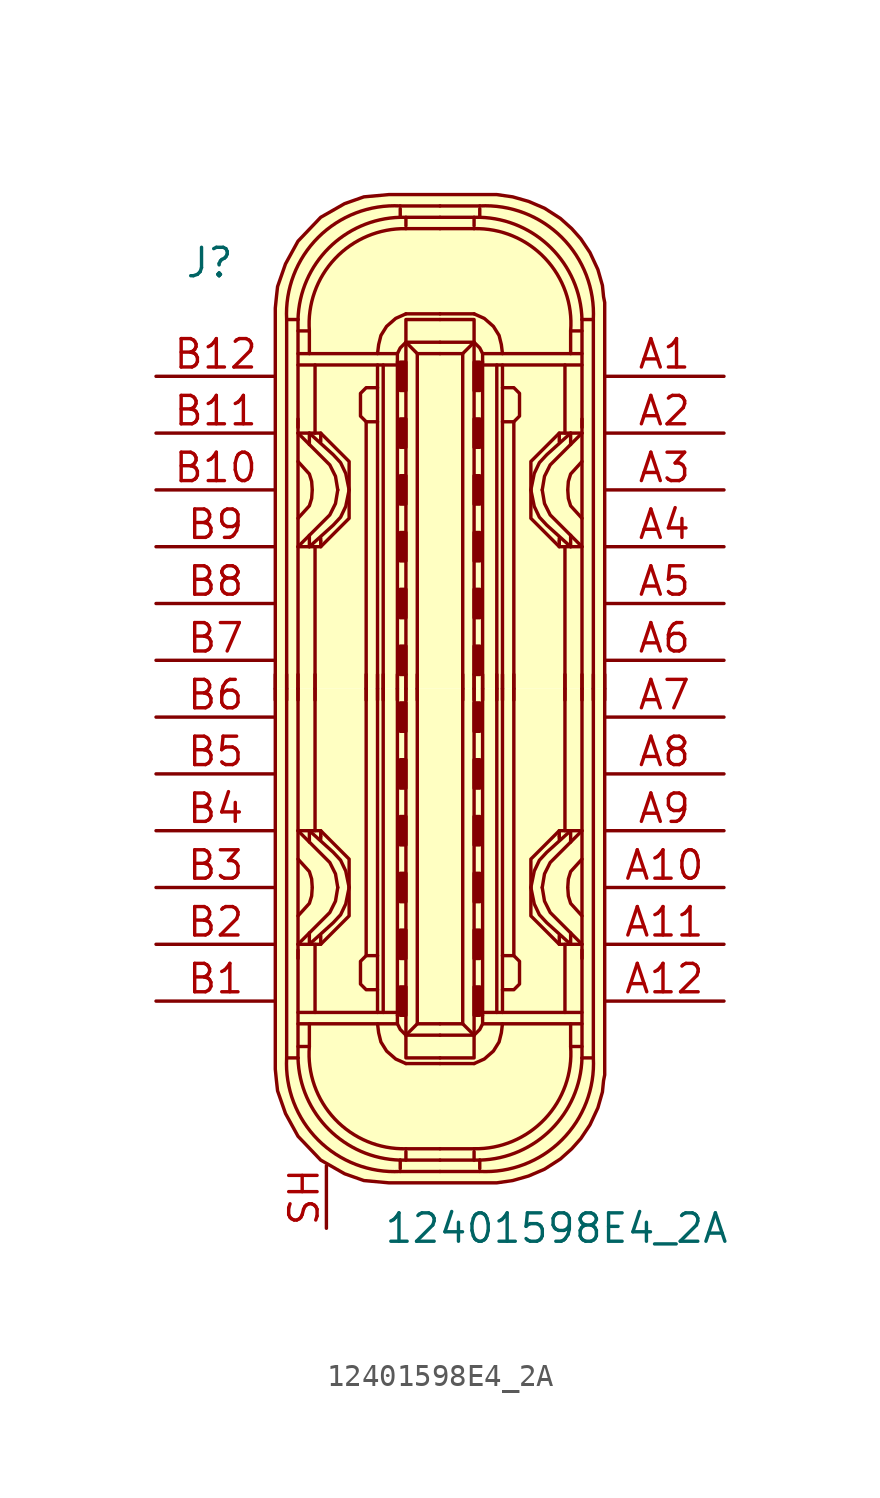
<source format=kicad_sym>
(kicad_symbol_lib
  (version 20220914)
  (generator kicad_symbol_editor)
  (symbol "12401598E4_2A"
    (pin_names
      (offset 1.016))
    (property "Reference" "J"
      (at -11.43 19.05 0)
      (effects (font (size 1.27 1.27)) (justify left)))
    (property "Value" "12401598E4_2A"
      (at -2.54 -24.13 0)
      (effects (font (size 1.27 1.27)) (justify left)))
    (symbol "12401598E4_2A_1_1"
      (arc (start -6.858 -16.51) (mid -5.4492 -20.1812) (end -1.778 -21.59) (stroke (width 0) (type default)) (fill (type none)))
      (arc (start -6.35 -16.51) (mid -4.9749 -19.7069) (end -1.778 -21.082) (stroke (width 0) (type default)) (fill (type none)))
      (arc (start -5.842 -16.002) (mid -4.6972 -19.2495) (end -1.524 -20.574) (stroke (width 0) (type default)) (fill (type none)))
      (rectangle (start -1.778 -14.605) (end -1.524 -13.335) (stroke (width 0) (type default)) (fill (type outline)))
      (rectangle (start -1.778 -12.065) (end -1.524 -10.795) (stroke (width 0) (type default)) (fill (type outline)))
      (rectangle (start -1.778 -9.525) (end -1.524 -8.255) (stroke (width 0) (type default)) (fill (type outline)))
      (rectangle (start -1.778 -6.985) (end -1.524 -5.715) (stroke (width 0) (type default)) (fill (type outline)))
      (rectangle (start -1.778 -4.445) (end -1.524 -3.175) (stroke (width 0) (type default)) (fill (type outline)))
      (rectangle (start -1.778 -1.905) (end -1.524 -0.635) (stroke (width 0) (type default)) (fill (type outline)))
      (rectangle (start -1.778 1.905) (end -1.524 0.635) (stroke (width 0) (type default)) (fill (type outline)))
      (rectangle (start -1.778 4.445) (end -1.524 3.175) (stroke (width 0) (type default)) (fill (type outline)))
      (rectangle (start -1.778 6.985) (end -1.524 5.715) (stroke (width 0) (type default)) (fill (type outline)))
      (rectangle (start -1.778 9.525) (end -1.524 8.255) (stroke (width 0) (type default)) (fill (type outline)))
      (rectangle (start -1.778 12.065) (end -1.524 10.795) (stroke (width 0) (type default)) (fill (type outline)))
      (rectangle (start -1.778 14.605) (end -1.524 13.335) (stroke (width 0) (type default)) (fill (type outline)))
      (arc (start -1.778 21.082) (mid -4.9749 19.7069) (end -6.35 16.51) (stroke (width 0) (type default)) (fill (type none)))
      (arc (start -1.778 21.59) (mid -5.4492 20.1812) (end -6.858 16.51) (stroke (width 0) (type default)) (fill (type none)))
      (arc (start -1.524 20.574) (mid -4.6883 19.2412) (end -5.842 16.002) (stroke (width 0) (type default)) (fill (type none)))
      (polyline (pts (xy -7.366 -0.508) (xy -7.366 0.635)) (stroke (width 0) (type default)) (fill (type none)))
      (polyline (pts (xy -6.858 -0.508) (xy -6.858 0.635)) (stroke (width 0) (type default)) (fill (type none)))
      (polyline (pts (xy -6.35 -14.986) (xy -1.905 -14.986)) (stroke (width 0) (type default)) (fill (type none)))
      (polyline (pts (xy -6.35 -12.065) (xy -6.35 0)) (stroke (width 0) (type default)) (fill (type none)))
      (polyline (pts (xy -6.35 -0.508) (xy -6.35 0.635)) (stroke (width 0) (type default)) (fill (type none)))
      (polyline (pts (xy -6.35 12.065) (xy -6.35 0)) (stroke (width 0) (type default)) (fill (type none)))
      (polyline (pts (xy -6.35 14.986) (xy -1.905 14.986)) (stroke (width 0) (type default)) (fill (type none)))
      (polyline (pts (xy -5.842 -11.43) (xy -5.842 -10.922)) (stroke (width 0) (type default)) (fill (type none)))
      (polyline (pts (xy -5.842 -6.35) (xy -5.842 -6.858)) (stroke (width 0) (type default)) (fill (type none)))
      (polyline (pts (xy -5.842 6.35) (xy -5.842 6.858)) (stroke (width 0) (type default)) (fill (type none)))
      (polyline (pts (xy -5.842 11.43) (xy -5.842 10.922)) (stroke (width 0) (type default)) (fill (type none)))
      (polyline (pts (xy -5.588 -14.478) (xy -5.588 -11.43)) (stroke (width 0) (type default)) (fill (type none)))
      (polyline (pts (xy -5.588 -6.35) (xy -5.588 0)) (stroke (width 0) (type default)) (fill (type none)))
      (polyline (pts (xy -5.588 -0.508) (xy -5.588 0.635)) (stroke (width 0) (type default)) (fill (type none)))
      (polyline (pts (xy -5.588 6.35) (xy -5.588 0)) (stroke (width 0) (type default)) (fill (type none)))
      (polyline (pts (xy -5.588 14.478) (xy -5.588 11.43)) (stroke (width 0) (type default)) (fill (type none)))
      (polyline (pts (xy -5.334 -11.43) (xy -5.334 -11.049)) (stroke (width 0) (type default)) (fill (type none)))
      (polyline (pts (xy -5.334 -6.604) (xy -5.334 -6.731)) (stroke (width 0) (type default)) (fill (type none)))
      (polyline (pts (xy -5.334 -6.35) (xy -5.334 -6.604)) (stroke (width 0) (type default)) (fill (type none)))
      (polyline (pts (xy -5.334 6.35) (xy -5.334 6.604)) (stroke (width 0) (type default)) (fill (type none)))
      (polyline (pts (xy -5.334 6.604) (xy -5.334 6.731)) (stroke (width 0) (type default)) (fill (type none)))
      (polyline (pts (xy -5.334 11.43) (xy -5.334 11.049)) (stroke (width 0) (type default)) (fill (type none)))
      (polyline (pts (xy -3.302 -0.508) (xy -3.302 0.635)) (stroke (width 0) (type default)) (fill (type none)))
      (polyline (pts (xy -3.302 0) (xy -3.302 -11.938)) (stroke (width 0) (type default)) (fill (type none)))
      (polyline (pts (xy -3.302 0) (xy -3.302 11.938)) (stroke (width 0) (type default)) (fill (type none)))
      (polyline (pts (xy -2.794 -0.508) (xy -2.794 0.635)) (stroke (width 0) (type default)) (fill (type none)))
      (polyline (pts (xy -2.794 0) (xy -2.794 -14.478)) (stroke (width 0) (type default)) (fill (type none)))
      (polyline (pts (xy -2.794 0) (xy -2.794 14.478)) (stroke (width 0) (type default)) (fill (type none)))
      (polyline (pts (xy -2.54 -14.478) (xy -2.54 0)) (stroke (width 0) (type default)) (fill (type none)))
      (polyline (pts (xy -2.54 -0.508) (xy -2.54 0.635)) (stroke (width 0) (type default)) (fill (type none)))
      (polyline (pts (xy -2.54 14.478) (xy -2.54 0)) (stroke (width 0) (type default)) (fill (type none)))
      (polyline (pts (xy -1.905 -14.478) (xy -6.35 -14.478)) (stroke (width 0) (type default)) (fill (type none)))
      (polyline (pts (xy -1.905 -0.508) (xy -1.905 0.635)) (stroke (width 0) (type default)) (fill (type none)))
      (polyline (pts (xy -1.905 0) (xy -1.905 -14.605)) (stroke (width 0) (type default)) (fill (type none)))
      (polyline (pts (xy -1.905 0) (xy -1.905 14.605)) (stroke (width 0) (type default)) (fill (type none)))
      (polyline (pts (xy -1.905 14.478) (xy -6.35 14.478)) (stroke (width 0) (type default)) (fill (type none)))
      (polyline (pts (xy -1.778 -21.59) (xy 0 -21.59)) (stroke (width 0) (type default)) (fill (type background)))
      (polyline (pts (xy -1.778 -21.082) (xy -1.778 -21.463)) (stroke (width 0) (type default)) (fill (type none)))
      (polyline (pts (xy -1.778 -21.082) (xy 0 -21.082)) (stroke (width 0) (type default)) (fill (type none)))
      (polyline (pts (xy -1.778 21.082) (xy -1.778 21.463)) (stroke (width 0) (type default)) (fill (type none)))
      (polyline (pts (xy -1.778 21.082) (xy 0 21.082)) (stroke (width 0) (type default)) (fill (type none)))
      (polyline (pts (xy -1.778 21.59) (xy 0 21.59)) (stroke (width 0) (type default)) (fill (type background)))
      (polyline (pts (xy -1.524 -20.701) (xy -1.524 -21.082)) (stroke (width 0) (type default)) (fill (type none)))
      (polyline (pts (xy -1.524 -20.574) (xy 0 -20.574)) (stroke (width 0) (type default)) (fill (type none)))
      (polyline (pts (xy -1.524 -0.508) (xy -1.524 0.635)) (stroke (width 0) (type default)) (fill (type none)))
      (polyline (pts (xy -1.524 20.574) (xy 0 20.574)) (stroke (width 0) (type default)) (fill (type none)))
      (polyline (pts (xy -1.524 20.701) (xy -1.524 21.082)) (stroke (width 0) (type default)) (fill (type none)))
      (polyline (pts (xy -1.016 -14.986) (xy -1.524 -15.494)) (stroke (width 0) (type default)) (fill (type none)))
      (polyline (pts (xy -1.016 -0.508) (xy -1.016 0.635)) (stroke (width 0) (type default)) (fill (type none)))
      (polyline (pts (xy -1.016 14.986) (xy -1.524 15.494)) (stroke (width 0) (type default)) (fill (type none)))
      (polyline (pts (xy 0 -16.764) (xy -1.524 -16.764)) (stroke (width 0) (type default)) (fill (type none)))
      (polyline (pts (xy 0 -16.764) (xy 1.524 -16.764)) (stroke (width 0) (type default)) (fill (type none)))
      (polyline (pts (xy 0 16.764) (xy -1.524 16.764)) (stroke (width 0) (type default)) (fill (type none)))
      (polyline (pts (xy 0 16.764) (xy 1.524 16.764)) (stroke (width 0) (type default)) (fill (type none)))
      (polyline (pts (xy 1.016 -14.986) (xy 1.524 -15.494)) (stroke (width 0) (type default)) (fill (type none)))
      (polyline (pts (xy 1.016 -0.508) (xy 1.016 0.635)) (stroke (width 0) (type default)) (fill (type none)))
      (polyline (pts (xy 1.016 14.986) (xy 1.524 15.494)) (stroke (width 0) (type default)) (fill (type none)))
      (polyline (pts (xy 1.524 -20.701) (xy 1.524 -21.082)) (stroke (width 0) (type default)) (fill (type none)))
      (polyline (pts (xy 1.524 -20.574) (xy 0 -20.574)) (stroke (width 0) (type default)) (fill (type none)))
      (polyline (pts (xy 1.524 -0.508) (xy 1.524 0.635)) (stroke (width 0) (type default)) (fill (type none)))
      (polyline (pts (xy 1.524 20.574) (xy 0 20.574)) (stroke (width 0) (type default)) (fill (type none)))
      (polyline (pts (xy 1.524 20.701) (xy 1.524 21.082)) (stroke (width 0) (type default)) (fill (type none)))
      (polyline (pts (xy 1.778 -21.59) (xy 0 -21.59)) (stroke (width 0) (type default)) (fill (type background)))
      (polyline (pts (xy 1.778 -21.082) (xy 0 -21.082)) (stroke (width 0) (type default)) (fill (type none)))
      (polyline (pts (xy 1.778 -21.082) (xy 1.778 -21.463)) (stroke (width 0) (type default)) (fill (type none)))
      (polyline (pts (xy 1.778 21.082) (xy 0 21.082)) (stroke (width 0) (type default)) (fill (type none)))
      (polyline (pts (xy 1.778 21.082) (xy 1.778 21.463)) (stroke (width 0) (type default)) (fill (type none)))
      (polyline (pts (xy 1.778 21.59) (xy 0 21.59)) (stroke (width 0) (type default)) (fill (type background)))
      (polyline (pts (xy 1.905 -14.478) (xy 6.35 -14.478)) (stroke (width 0) (type default)) (fill (type none)))
      (polyline (pts (xy 1.905 -0.508) (xy 1.905 0.635)) (stroke (width 0) (type default)) (fill (type none)))
      (polyline (pts (xy 1.905 0) (xy 1.905 -14.605)) (stroke (width 0) (type default)) (fill (type none)))
      (polyline (pts (xy 1.905 0) (xy 1.905 14.605)) (stroke (width 0) (type default)) (fill (type none)))
      (polyline (pts (xy 1.905 14.478) (xy 6.35 14.478)) (stroke (width 0) (type default)) (fill (type none)))
      (polyline (pts (xy 2.54 -14.478) (xy 2.54 0)) (stroke (width 0) (type default)) (fill (type none)))
      (polyline (pts (xy 2.54 -0.508) (xy 2.54 0.635)) (stroke (width 0) (type default)) (fill (type none)))
      (polyline (pts (xy 2.54 14.478) (xy 2.54 0)) (stroke (width 0) (type default)) (fill (type none)))
      (polyline (pts (xy 2.794 -0.508) (xy 2.794 0.635)) (stroke (width 0) (type default)) (fill (type none)))
      (polyline (pts (xy 2.794 0) (xy 2.794 -14.478)) (stroke (width 0) (type default)) (fill (type none)))
      (polyline (pts (xy 2.794 0) (xy 2.794 14.478)) (stroke (width 0) (type default)) (fill (type none)))
      (polyline (pts (xy 3.302 -0.508) (xy 3.302 0.635)) (stroke (width 0) (type default)) (fill (type none)))
      (polyline (pts (xy 3.302 0) (xy 3.302 -11.938)) (stroke (width 0) (type default)) (fill (type none)))
      (polyline (pts (xy 3.302 0) (xy 3.302 11.938)) (stroke (width 0) (type default)) (fill (type none)))
      (polyline (pts (xy 5.334 -11.43) (xy 5.334 -11.049)) (stroke (width 0) (type default)) (fill (type none)))
      (polyline (pts (xy 5.334 -6.604) (xy 5.334 -6.731)) (stroke (width 0) (type default)) (fill (type none)))
      (polyline (pts (xy 5.334 -6.35) (xy 5.334 -6.604)) (stroke (width 0) (type default)) (fill (type none)))
      (polyline (pts (xy 5.334 6.35) (xy 5.334 6.604)) (stroke (width 0) (type default)) (fill (type none)))
      (polyline (pts (xy 5.334 6.604) (xy 5.334 6.731)) (stroke (width 0) (type default)) (fill (type none)))
      (polyline (pts (xy 5.334 11.43) (xy 5.334 11.049)) (stroke (width 0) (type default)) (fill (type none)))
      (polyline (pts (xy 5.588 -14.478) (xy 5.588 -11.43)) (stroke (width 0) (type default)) (fill (type none)))
      (polyline (pts (xy 5.588 -6.35) (xy 5.588 0)) (stroke (width 0) (type default)) (fill (type none)))
      (polyline (pts (xy 5.588 -0.508) (xy 5.588 0.635)) (stroke (width 0) (type default)) (fill (type none)))
      (polyline (pts (xy 5.588 6.35) (xy 5.588 0)) (stroke (width 0) (type default)) (fill (type none)))
      (polyline (pts (xy 5.588 14.478) (xy 5.588 11.43)) (stroke (width 0) (type default)) (fill (type none)))
      (polyline (pts (xy 5.842 -11.43) (xy 5.842 -10.922)) (stroke (width 0) (type default)) (fill (type none)))
      (polyline (pts (xy 5.842 -6.35) (xy 5.842 -6.858)) (stroke (width 0) (type default)) (fill (type none)))
      (polyline (pts (xy 5.842 6.35) (xy 5.842 6.858)) (stroke (width 0) (type default)) (fill (type none)))
      (polyline (pts (xy 5.842 11.43) (xy 5.842 10.922)) (stroke (width 0) (type default)) (fill (type none)))
      (polyline (pts (xy 6.35 -14.986) (xy 1.905 -14.986)) (stroke (width 0) (type default)) (fill (type none)))
      (polyline (pts (xy 6.35 -12.065) (xy 6.35 0)) (stroke (width 0) (type default)) (fill (type none)))
      (polyline (pts (xy 6.35 -0.508) (xy 6.35 0.635)) (stroke (width 0) (type default)) (fill (type none)))
      (polyline (pts (xy 6.35 12.065) (xy 6.35 0)) (stroke (width 0) (type default)) (fill (type none)))
      (polyline (pts (xy 6.35 14.986) (xy 1.905 14.986)) (stroke (width 0) (type default)) (fill (type none)))
      (polyline (pts (xy 6.858 -0.508) (xy 6.858 0.635)) (stroke (width 0) (type default)) (fill (type none)))
      (polyline (pts (xy 7.366 -0.508) (xy 7.366 0.635)) (stroke (width 0) (type default)) (fill (type none)))
      (polyline (pts (xy -6.35 -16.51) (xy -6.858 -16.51) (xy -6.858 0)) (stroke (width 0) (type default)) (fill (type none)))
      (polyline (pts (xy -6.35 -11.684) (xy -6.35 -15.875) (xy -6.35 -16.51)) (stroke (width 0) (type default)) (fill (type none)))
      (polyline (pts (xy -6.35 11.684) (xy -6.35 15.875) (xy -6.35 16.51)) (stroke (width 0) (type default)) (fill (type none)))
      (polyline (pts (xy -6.35 16.51) (xy -6.858 16.51) (xy -6.858 0)) (stroke (width 0) (type default)) (fill (type none)))
      (polyline (pts (xy -5.842 -14.986) (xy -5.842 -16.002) (xy -6.35 -16.002)) (stroke (width 0) (type default)) (fill (type none)))
      (polyline (pts (xy -5.842 14.986) (xy -5.842 16.002) (xy -6.35 16.002)) (stroke (width 0) (type default)) (fill (type none)))
      (polyline (pts (xy -1.524 0) (xy -1.524 -15.494) (xy 0 -15.494)) (stroke (width 0) (type default)) (fill (type none)))
      (polyline (pts (xy -1.524 0) (xy -1.524 15.494) (xy 0 15.494)) (stroke (width 0) (type default)) (fill (type none)))
      (polyline (pts (xy -1.016 0) (xy -1.016 -14.986) (xy 0 -14.986)) (stroke (width 0) (type default)) (fill (type none)))
      (polyline (pts (xy -1.016 0) (xy -1.016 14.986) (xy 0 14.986)) (stroke (width 0) (type default)) (fill (type none)))
      (polyline (pts (xy 1.016 0) (xy 1.016 -14.986) (xy 0 -14.986)) (stroke (width 0) (type default)) (fill (type none)))
      (polyline (pts (xy 1.016 0) (xy 1.016 14.986) (xy 0 14.986)) (stroke (width 0) (type default)) (fill (type none)))
      (polyline (pts (xy 1.524 0) (xy 1.524 -15.494) (xy 0 -15.494)) (stroke (width 0) (type default)) (fill (type none)))
      (polyline (pts (xy 1.524 0) (xy 1.524 15.494) (xy 0 15.494)) (stroke (width 0) (type default)) (fill (type none)))
      (polyline (pts (xy 5.842 -14.986) (xy 5.842 -16.002) (xy 6.35 -16.002)) (stroke (width 0) (type default)) (fill (type none)))
      (polyline (pts (xy 5.842 14.986) (xy 5.842 16.002) (xy 6.35 16.002)) (stroke (width 0) (type default)) (fill (type none)))
      (polyline (pts (xy 6.35 -16.51) (xy 6.858 -16.51) (xy 6.858 0)) (stroke (width 0) (type default)) (fill (type none)))
      (polyline (pts (xy 6.35 -11.684) (xy 6.35 -15.875) (xy 6.35 -16.51)) (stroke (width 0) (type default)) (fill (type none)))
      (polyline (pts (xy 6.35 11.684) (xy 6.35 15.875) (xy 6.35 16.51)) (stroke (width 0) (type default)) (fill (type none)))
      (polyline (pts (xy 6.35 16.51) (xy 6.858 16.51) (xy 6.858 0)) (stroke (width 0) (type default)) (fill (type none)))
      (polyline (pts (xy -6.35 -11.43) (xy -4.928 -10.008) (xy -4.674 -9.5) (xy -4.572 -8.89)) (stroke (width 0) (type default)) (fill (type none)))
      (polyline (pts (xy -6.35 -10.16) (xy -5.842 -9.601) (xy -5.74 -9.271) (xy -5.715 -8.915)) (stroke (width 0) (type default)) (fill (type none)))
      (polyline (pts (xy -6.35 -7.62) (xy -5.842 -8.179) (xy -5.74 -8.509) (xy -5.715 -8.865)) (stroke (width 0) (type default)) (fill (type none)))
      (polyline (pts (xy -6.35 -6.35) (xy -4.928 -7.772) (xy -4.674 -8.28) (xy -4.572 -8.89)) (stroke (width 0) (type default)) (fill (type none)))
      (polyline (pts (xy -6.35 6.35) (xy -4.928 7.772) (xy -4.674 8.28) (xy -4.572 8.89)) (stroke (width 0) (type default)) (fill (type none)))
      (polyline (pts (xy -6.35 7.62) (xy -5.842 8.179) (xy -5.74 8.509) (xy -5.715 8.865)) (stroke (width 0) (type default)) (fill (type none)))
      (polyline (pts (xy -6.35 10.16) (xy -5.842 9.601) (xy -5.74 9.271) (xy -5.715 8.915)) (stroke (width 0) (type default)) (fill (type none)))
      (polyline (pts (xy -6.35 11.43) (xy -4.928 10.008) (xy -4.674 9.5) (xy -4.572 8.89)) (stroke (width 0) (type default)) (fill (type none)))
      (polyline (pts (xy -1.905 -14.605) (xy -1.905 -14.986) (xy -1.778 -15.24) (xy -1.524 -15.494)) (stroke (width 0) (type default)) (fill (type none)))
      (polyline (pts (xy -1.905 14.605) (xy -1.905 14.986) (xy -1.778 15.24) (xy -1.524 15.494)) (stroke (width 0) (type default)) (fill (type none)))
      (polyline (pts (xy 0 -16.51) (xy -1.397 -16.51) (xy -1.524 -16.51) (xy -1.524 -15.494)) (stroke (width 0) (type default)) (fill (type none)))
      (polyline (pts (xy 0 -16.51) (xy 1.397 -16.51) (xy 1.524 -16.51) (xy 1.524 -15.494)) (stroke (width 0) (type default)) (fill (type none)))
      (polyline (pts (xy 0 16.51) (xy -1.397 16.51) (xy -1.524 16.51) (xy -1.524 15.494)) (stroke (width 0) (type default)) (fill (type none)))
      (polyline (pts (xy 0 16.51) (xy 1.397 16.51) (xy 1.524 16.51) (xy 1.524 15.494)) (stroke (width 0) (type default)) (fill (type none)))
      (polyline (pts (xy 1.905 -14.605) (xy 1.905 -14.986) (xy 1.778 -15.24) (xy 1.524 -15.494)) (stroke (width 0) (type default)) (fill (type none)))
      (polyline (pts (xy 1.905 14.605) (xy 1.905 14.986) (xy 1.778 15.24) (xy 1.524 15.494)) (stroke (width 0) (type default)) (fill (type none)))
      (polyline (pts (xy 6.35 -11.43) (xy 4.928 -10.008) (xy 4.674 -9.5) (xy 4.572 -8.89)) (stroke (width 0) (type default)) (fill (type none)))
      (polyline (pts (xy 6.35 -10.16) (xy 5.842 -9.601) (xy 5.74 -9.271) (xy 5.715 -8.915)) (stroke (width 0) (type default)) (fill (type none)))
      (polyline (pts (xy 6.35 -7.62) (xy 5.842 -8.179) (xy 5.74 -8.509) (xy 5.715 -8.865)) (stroke (width 0) (type default)) (fill (type none)))
      (polyline (pts (xy 6.35 -6.35) (xy 4.928 -7.772) (xy 4.674 -8.28) (xy 4.572 -8.89)) (stroke (width 0) (type default)) (fill (type none)))
      (polyline (pts (xy 6.35 6.35) (xy 4.928 7.772) (xy 4.674 8.28) (xy 4.572 8.89)) (stroke (width 0) (type default)) (fill (type none)))
      (polyline (pts (xy 6.35 7.62) (xy 5.842 8.179) (xy 5.74 8.509) (xy 5.715 8.865)) (stroke (width 0) (type default)) (fill (type none)))
      (polyline (pts (xy 6.35 10.16) (xy 5.842 9.601) (xy 5.74 9.271) (xy 5.715 8.915)) (stroke (width 0) (type default)) (fill (type none)))
      (polyline (pts (xy 6.35 11.43) (xy 4.928 10.008) (xy 4.674 9.5) (xy 4.572 8.89)) (stroke (width 0) (type default)) (fill (type none)))
      (polyline (pts (xy -5.842 -11.43) (xy -4.775 -10.465) (xy -4.445 -10.109) (xy -4.216 -9.627) (xy -4.064 -8.89)) (stroke (width 0) (type default)) (fill (type none)))
      (polyline (pts (xy -5.842 -6.35) (xy -4.775 -7.315) (xy -4.445 -7.671) (xy -4.216 -8.153) (xy -4.064 -8.89)) (stroke (width 0) (type default)) (fill (type none)))
      (polyline (pts (xy -5.842 6.35) (xy -4.775 7.315) (xy -4.445 7.671) (xy -4.216 8.153) (xy -4.064 8.89)) (stroke (width 0) (type default)) (fill (type none)))
      (polyline (pts (xy -5.842 11.43) (xy -4.775 10.465) (xy -4.445 10.109) (xy -4.216 9.627) (xy -4.064 8.89)) (stroke (width 0) (type default)) (fill (type none)))
      (polyline (pts (xy 5.842 -11.43) (xy 4.775 -10.465) (xy 4.445 -10.109) (xy 4.216 -9.627) (xy 4.064 -8.89)) (stroke (width 0) (type default)) (fill (type none)))
      (polyline (pts (xy 5.842 -6.35) (xy 4.775 -7.315) (xy 4.445 -7.671) (xy 4.216 -8.153) (xy 4.064 -8.89)) (stroke (width 0) (type default)) (fill (type none)))
      (polyline (pts (xy 5.842 6.35) (xy 4.775 7.315) (xy 4.445 7.671) (xy 4.216 8.153) (xy 4.064 8.89)) (stroke (width 0) (type default)) (fill (type none)))
      (polyline (pts (xy 5.842 11.43) (xy 4.775 10.465) (xy 4.445 10.109) (xy 4.216 9.627) (xy 4.064 8.89)) (stroke (width 0) (type default)) (fill (type none)))
      (polyline (pts (xy -6.35 -11.43) (xy -5.334 -11.43) (xy -4.064 -10.16) (xy -4.064 -7.62) (xy -5.334 -6.35) (xy -6.35 -6.35)) (stroke (width 0) (type default)) (fill (type none)))
      (polyline (pts (xy -6.35 11.43) (xy -5.334 11.43) (xy -4.064 10.16) (xy -4.064 7.62) (xy -5.334 6.35) (xy -6.35 6.35)) (stroke (width 0) (type default)) (fill (type none)))
      (polyline (pts (xy -2.794 -14.986) (xy -2.743 -15.392) (xy -2.642 -15.799) (xy -2.388 -16.205) (xy -1.981 -16.561) (xy -1.524 -16.764)) (stroke (width 0) (type default)) (fill (type none)))
      (polyline (pts (xy -2.794 -13.462) (xy -3.302 -13.462) (xy -3.556 -13.208) (xy -3.556 -12.192) (xy -3.302 -11.938) (xy -2.794 -11.938)) (stroke (width 0) (type default)) (fill (type none)))
      (polyline (pts (xy -2.794 13.462) (xy -3.302 13.462) (xy -3.556 13.208) (xy -3.556 12.192) (xy -3.302 11.938) (xy -2.794 11.938)) (stroke (width 0) (type default)) (fill (type none)))
      (polyline (pts (xy -2.794 14.986) (xy -2.743 15.392) (xy -2.642 15.799) (xy -2.388 16.205) (xy -1.981 16.561) (xy -1.524 16.764)) (stroke (width 0) (type default)) (fill (type none)))
      (polyline (pts (xy 2.794 -14.986) (xy 2.743 -15.392) (xy 2.642 -15.799) (xy 2.388 -16.205) (xy 1.981 -16.561) (xy 1.524 -16.764)) (stroke (width 0) (type default)) (fill (type none)))
      (polyline (pts (xy 2.794 -13.462) (xy 3.302 -13.462) (xy 3.556 -13.208) (xy 3.556 -12.192) (xy 3.302 -11.938) (xy 2.794 -11.938)) (stroke (width 0) (type default)) (fill (type none)))
      (polyline (pts (xy 2.794 13.462) (xy 3.302 13.462) (xy 3.556 13.208) (xy 3.556 12.192) (xy 3.302 11.938) (xy 2.794 11.938)) (stroke (width 0) (type default)) (fill (type none)))
      (polyline (pts (xy 2.794 14.986) (xy 2.743 15.392) (xy 2.642 15.799) (xy 2.388 16.205) (xy 1.981 16.561) (xy 1.524 16.764)) (stroke (width 0) (type default)) (fill (type none)))
      (polyline (pts (xy 6.35 -11.43) (xy 5.334 -11.43) (xy 4.064 -10.16) (xy 4.064 -7.62) (xy 5.334 -6.35) (xy 6.35 -6.35)) (stroke (width 0) (type default)) (fill (type none)))
      (polyline (pts (xy 6.35 11.43) (xy 5.334 11.43) (xy 4.064 10.16) (xy 4.064 7.62) (xy 5.334 6.35) (xy 6.35 6.35)) (stroke (width 0) (type default)) (fill (type none)))
      (polyline (pts (xy 7.366 0) (xy 7.366 -17.018) (xy 7.366 -17.272) (xy 7.315 -17.526) (xy 7.264 -18.034) (xy 7.061 -18.745) (xy 6.706 -19.507) (xy 6.299 -20.117) (xy 5.893 -20.574) (xy 5.385 -21.031) (xy 4.674 -21.488) (xy 3.962 -21.793) (xy 3.251 -21.996) (xy 2.54 -22.098) (xy -2.286 -22.098) (xy -3.404 -21.996) (xy -4.267 -21.692) (xy -5.334 -21.082) (xy -6.35 -20.015) (xy -6.909 -18.999) (xy -7.264 -17.983) (xy -7.315 -17.526) (xy -7.366 -17.018) (xy -7.366 0)) (stroke (width 0) (type default)) (fill (type background)))
      (polyline (pts (xy 7.366 0) (xy 7.366 17.018) (xy 7.366 17.272) (xy 7.315 17.526) (xy 7.264 18.034) (xy 7.061 18.745) (xy 6.706 19.507) (xy 6.299 20.117) (xy 5.893 20.574) (xy 5.385 21.031) (xy 4.674 21.488) (xy 3.962 21.793) (xy 3.251 21.996) (xy 2.54 22.098) (xy -2.286 22.098) (xy -3.404 21.996) (xy -4.267 21.692) (xy -5.334 21.082) (xy -6.35 20.015) (xy -6.909 18.999) (xy -7.264 17.983) (xy -7.315 17.526) (xy -7.366 17.018) (xy -7.366 0)) (stroke (width 0) (type default)) (fill (type background)))
      (arc (start 1.524 -20.574) (mid 4.6883 -19.2412) (end 5.842 -16.002) (stroke (width 0) (type default)) (fill (type none)))
      (arc (start 1.778 -21.59) (mid 5.4492 -20.1812) (end 6.858 -16.51) (stroke (width 0) (type default)) (fill (type none)))
      (arc (start 1.778 -21.082) (mid 4.9749 -19.7069) (end 6.35 -16.51) (stroke (width 0) (type default)) (fill (type none)))
      (rectangle (start 1.778 -14.605) (end 1.524 -13.335) (stroke (width 0) (type default)) (fill (type outline)))
      (rectangle (start 1.778 -12.065) (end 1.524 -10.795) (stroke (width 0) (type default)) (fill (type outline)))
      (rectangle (start 1.778 -9.525) (end 1.524 -8.255) (stroke (width 0) (type default)) (fill (type outline)))
      (rectangle (start 1.778 -6.985) (end 1.524 -5.715) (stroke (width 0) (type default)) (fill (type outline)))
      (rectangle (start 1.778 -4.445) (end 1.524 -3.175) (stroke (width 0) (type default)) (fill (type outline)))
      (rectangle (start 1.778 -1.905) (end 1.524 -0.635) (stroke (width 0) (type default)) (fill (type outline)))
      (rectangle (start 1.778 1.905) (end 1.524 0.635) (stroke (width 0) (type default)) (fill (type outline)))
      (rectangle (start 1.778 4.445) (end 1.524 3.175) (stroke (width 0) (type default)) (fill (type outline)))
      (rectangle (start 1.778 6.985) (end 1.524 5.715) (stroke (width 0) (type default)) (fill (type outline)))
      (rectangle (start 1.778 9.525) (end 1.524 8.255) (stroke (width 0) (type default)) (fill (type outline)))
      (rectangle (start 1.778 12.065) (end 1.524 10.795) (stroke (width 0) (type default)) (fill (type outline)))
      (rectangle (start 1.778 14.605) (end 1.524 13.335) (stroke (width 0) (type default)) (fill (type outline)))
      (arc (start 5.842 16.002) (mid 4.6972 19.2495) (end 1.524 20.574) (stroke (width 0) (type default)) (fill (type none)))
      (arc (start 6.35 16.51) (mid 4.9749 19.7069) (end 1.778 21.082) (stroke (width 0) (type default)) (fill (type none)))
      (arc (start 6.858 16.51) (mid 5.4492 20.1812) (end 1.778 21.59) (stroke (width 0) (type default)) (fill (type none)))
      (pin passive line (at 12.7 13.97 180) (length 5.334) (name "~" (effects (font (size 1.27 1.27)))) (number "A1" (effects (font (size 1.27 1.27)))))
      (pin passive line (at 12.7 -8.89 180) (length 5.334) (name "~" (effects (font (size 1.27 1.27)))) (number "A10" (effects (font (size 1.27 1.27)))))
      (pin passive line (at 12.7 -11.43 180) (length 5.334) (name "~" (effects (font (size 1.27 1.27)))) (number "A11" (effects (font (size 1.27 1.27)))))
      (pin passive line (at 12.7 -13.97 180) (length 5.334) (name "~" (effects (font (size 1.27 1.27)))) (number "A12" (effects (font (size 1.27 1.27)))))
      (pin passive line (at 12.7 11.43 180) (length 5.334) (name "~" (effects (font (size 1.27 1.27)))) (number "A2" (effects (font (size 1.27 1.27)))))
      (pin passive line (at 12.7 8.89 180) (length 5.334) (name "~" (effects (font (size 1.27 1.27)))) (number "A3" (effects (font (size 1.27 1.27)))))
      (pin passive line (at 12.7 6.35 180) (length 5.334) (name "~" (effects (font (size 1.27 1.27)))) (number "A4" (effects (font (size 1.27 1.27)))))
      (pin passive line (at 12.7 3.81 180) (length 5.334) (name "~" (effects (font (size 1.27 1.27)))) (number "A5" (effects (font (size 1.27 1.27)))))
      (pin passive line (at 12.7 1.27 180) (length 5.334) (name "~" (effects (font (size 1.27 1.27)))) (number "A6" (effects (font (size 1.27 1.27)))))
      (pin passive line (at 12.7 -1.27 180) (length 5.334) (name "~" (effects (font (size 1.27 1.27)))) (number "A7" (effects (font (size 1.27 1.27)))))
      (pin passive line (at 12.7 -3.81 180) (length 5.334) (name "~" (effects (font (size 1.27 1.27)))) (number "A8" (effects (font (size 1.27 1.27)))))
      (pin passive line (at 12.7 -6.35 180) (length 5.334) (name "~" (effects (font (size 1.27 1.27)))) (number "A9" (effects (font (size 1.27 1.27)))))
      (pin passive line (at -12.7 -13.97 0) (length 5.334) (name "~" (effects (font (size 1.27 1.27)))) (number "B1" (effects (font (size 1.27 1.27)))))
      (pin passive line (at -12.7 8.89 0) (length 5.334) (name "~" (effects (font (size 1.27 1.27)))) (number "B10" (effects (font (size 1.27 1.27)))))
      (pin passive line (at -12.7 11.43 0) (length 5.334) (name "~" (effects (font (size 1.27 1.27)))) (number "B11" (effects (font (size 1.27 1.27)))))
      (pin passive line (at -12.7 13.97 0) (length 5.334) (name "~" (effects (font (size 1.27 1.27)))) (number "B12" (effects (font (size 1.27 1.27)))))
      (pin passive line (at -12.7 -11.43 0) (length 5.334) (name "~" (effects (font (size 1.27 1.27)))) (number "B2" (effects (font (size 1.27 1.27)))))
      (pin passive line (at -12.7 -8.89 0) (length 5.334) (name "~" (effects (font (size 1.27 1.27)))) (number "B3" (effects (font (size 1.27 1.27)))))
      (pin passive line (at -12.7 -6.35 0) (length 5.334) (name "~" (effects (font (size 1.27 1.27)))) (number "B4" (effects (font (size 1.27 1.27)))))
      (pin passive line (at -12.7 -3.81 0) (length 5.334) (name "~" (effects (font (size 1.27 1.27)))) (number "B5" (effects (font (size 1.27 1.27)))))
      (pin passive line (at -12.7 -1.27 0) (length 5.334) (name "~" (effects (font (size 1.27 1.27)))) (number "B6" (effects (font (size 1.27 1.27)))))
      (pin passive line (at -12.7 1.27 0) (length 5.334) (name "~" (effects (font (size 1.27 1.27)))) (number "B7" (effects (font (size 1.27 1.27)))))
      (pin passive line (at -12.7 3.81 0) (length 5.334) (name "~" (effects (font (size 1.27 1.27)))) (number "B8" (effects (font (size 1.27 1.27)))))
      (pin passive line (at -12.7 6.35 0) (length 5.334) (name "~" (effects (font (size 1.27 1.27)))) (number "B9" (effects (font (size 1.27 1.27)))))
      (pin input line (at -5.08 -24.13 90) (length 2.794) (name "~" (effects (font (size 1.27 1.27)))) (number "SH" (effects (font (size 1.27 1.27))))))))
</source>
